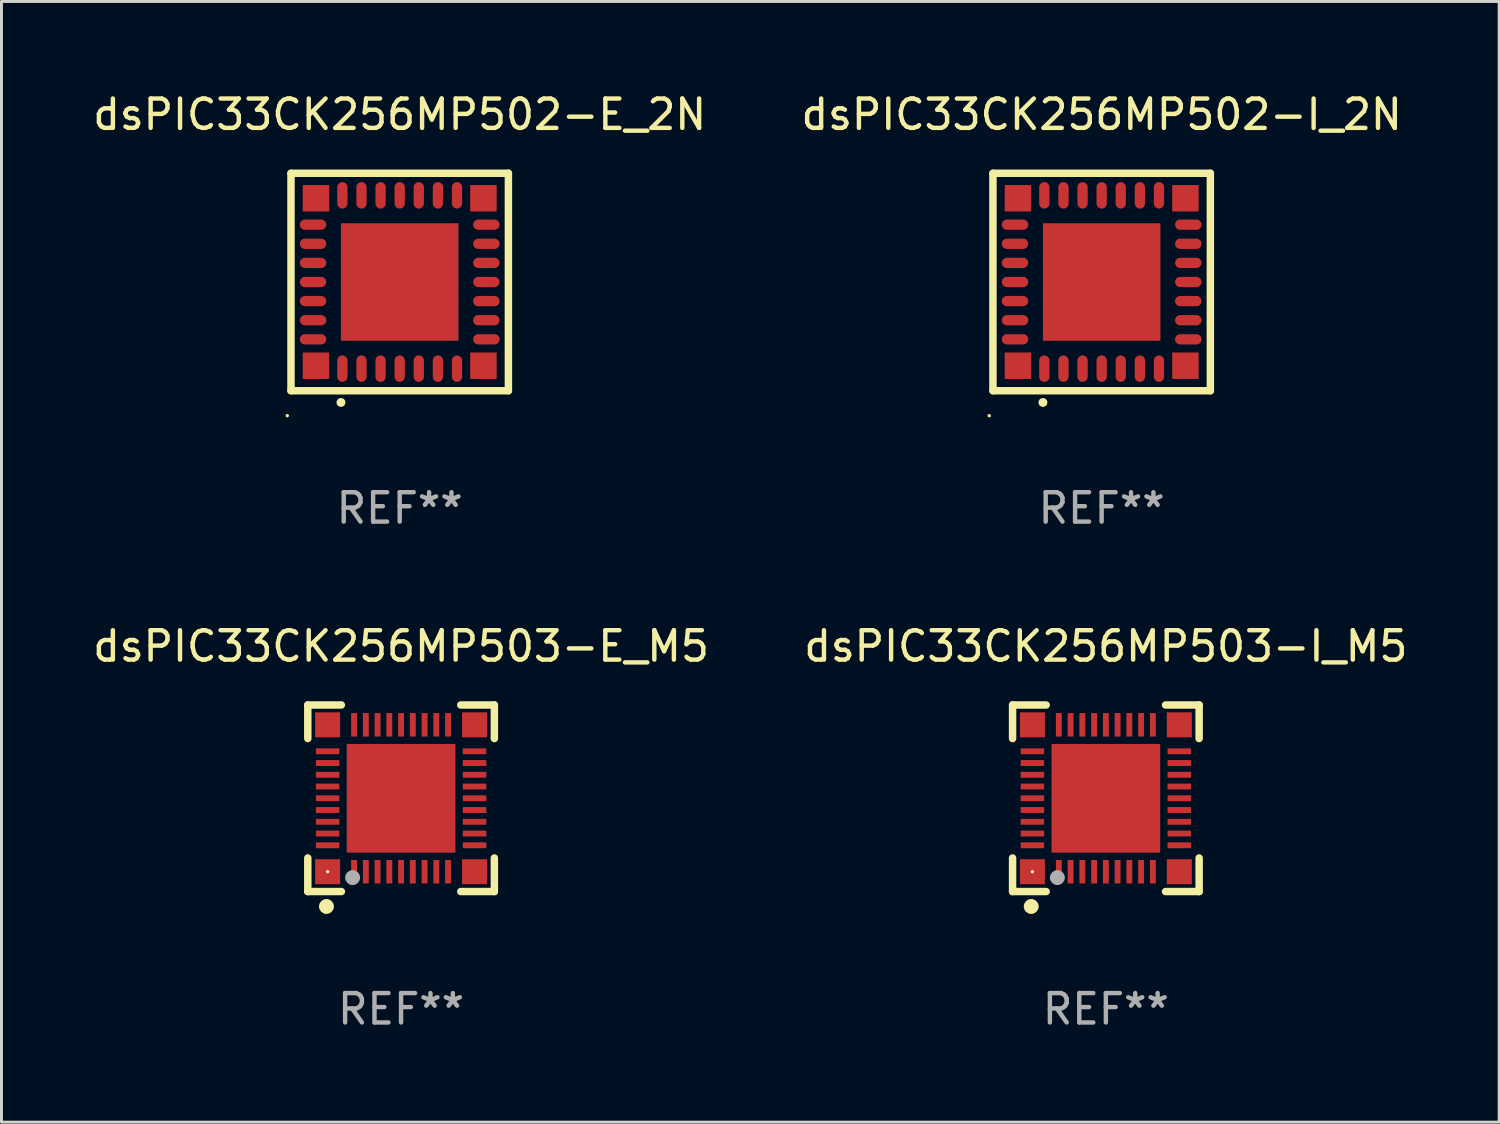
<source format=kicad_pcb>
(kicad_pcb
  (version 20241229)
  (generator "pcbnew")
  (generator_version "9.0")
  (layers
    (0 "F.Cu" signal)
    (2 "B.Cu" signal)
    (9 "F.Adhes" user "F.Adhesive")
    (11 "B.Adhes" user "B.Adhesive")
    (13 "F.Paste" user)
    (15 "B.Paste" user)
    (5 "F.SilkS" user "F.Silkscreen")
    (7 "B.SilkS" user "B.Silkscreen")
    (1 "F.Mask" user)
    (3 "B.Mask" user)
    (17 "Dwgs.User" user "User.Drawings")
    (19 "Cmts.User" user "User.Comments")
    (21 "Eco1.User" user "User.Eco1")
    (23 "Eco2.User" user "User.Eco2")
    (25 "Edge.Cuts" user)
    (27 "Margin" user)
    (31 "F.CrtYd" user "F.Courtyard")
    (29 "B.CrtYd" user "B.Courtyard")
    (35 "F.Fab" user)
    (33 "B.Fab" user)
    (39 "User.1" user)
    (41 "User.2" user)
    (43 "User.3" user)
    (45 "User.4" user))
  (footprint "dsPIC33CK256MP502-E_2N"
    (layer "F.Cu")
    (at 10.554 6.548)
    (property "Reference" "dsPIC33CK256MP502-E_2N" (at 0 -5.7 0) (layer "F.SilkS") (effects (font (size 1 1) (thickness 0.15))))
    (attr through_hole)
    (fp_line (start -3.7 -3.7) (end 3.7 -3.7) (stroke (width 0.254) (type solid)) (layer "F.SilkS"))
    (fp_line (start -3.7 3.7) (end -3.7 -3.7) (stroke (width 0.254) (type solid)) (layer "F.SilkS"))
    (fp_line (start 3.7 -3.7) (end 3.7 3.7) (stroke (width 0.254) (type solid)) (layer "F.SilkS"))
    (fp_line (start 3.7 3.7) (end -3.7 3.7) (stroke (width 0.254) (type solid)) (layer "F.SilkS"))
    (fp_arc (start -2 4.1) (mid -1.99873 4.099995) (end -1.99746 4.1) (stroke (width 0.3) (type solid)) (layer "F.SilkS"))
    (fp_circle (center -3.827 4.55) (end -3.797 4.55) (stroke (width 0.06) (type solid)) (fill no) (layer "F.SilkS"))
    (fp_text user "REF**" (at 0 7.7 0) (layer "F.Fab") (effects (font (size 1 1) (thickness 0.15))))
    (pad "1" smd oval (at -1.951 2.949 180) (size 0.35 0.9) (layers "F.Cu" "F.Mask" "F.Paste"))
    (pad "2" smd oval (at -1.3 2.949 180) (size 0.35 0.9) (layers "F.Cu" "F.Mask" "F.Paste"))
    (pad "3" smd oval (at -0.65 2.949 180) (size 0.35 0.9) (layers "F.Cu" "F.Mask" "F.Paste"))
    (pad "4" smd oval (at 0.000051 2.949 180) (size 0.35 0.9) (layers "F.Cu" "F.Mask" "F.Paste"))
    (pad "5" smd oval (at 0.65 2.949 180) (size 0.35 0.9) (layers "F.Cu" "F.Mask" "F.Paste"))
    (pad "6" smd oval (at 1.301 2.949 180) (size 0.35 0.9) (layers "F.Cu" "F.Mask" "F.Paste"))
    (pad "7" smd oval (at 1.951 2.949 180) (size 0.35 0.9) (layers "F.Cu" "F.Mask" "F.Paste"))
    (pad "8" smd oval (at 2.949 1.951 90) (size 0.35 0.9) (layers "F.Cu" "F.Mask" "F.Paste"))
    (pad "9" smd oval (at 2.949 1.301 90) (size 0.35 0.9) (layers "F.Cu" "F.Mask" "F.Paste"))
    (pad "10" smd oval (at 2.949 0.65 90) (size 0.35 0.9) (layers "F.Cu" "F.Mask" "F.Paste"))
    (pad "11" smd oval (at 2.949 0.000051 90) (size 0.35 0.9) (layers "F.Cu" "F.Mask" "F.Paste"))
    (pad "12" smd oval (at 2.949 -0.65 90) (size 0.35 0.9) (layers "F.Cu" "F.Mask" "F.Paste"))
    (pad "13" smd oval (at 2.949 -1.3 90) (size 0.35 0.9) (layers "F.Cu" "F.Mask" "F.Paste"))
    (pad "14" smd oval (at 2.949 -1.951 90) (size 0.35 0.9) (layers "F.Cu" "F.Mask" "F.Paste"))
    (pad "15" smd oval (at 1.951 -2.949 180) (size 0.35 0.9) (layers "F.Cu" "F.Mask" "F.Paste"))
    (pad "16" smd oval (at 1.301 -2.949 180) (size 0.35 0.9) (layers "F.Cu" "F.Mask" "F.Paste"))
    (pad "17" smd oval (at 0.65 -2.949 180) (size 0.35 0.9) (layers "F.Cu" "F.Mask" "F.Paste"))
    (pad "18" smd oval (at 0.000051 -2.949 180) (size 0.35 0.9) (layers "F.Cu" "F.Mask" "F.Paste"))
    (pad "19" smd oval (at -0.65 -2.949 180) (size 0.35 0.9) (layers "F.Cu" "F.Mask" "F.Paste"))
    (pad "20" smd oval (at -1.3 -2.949 180) (size 0.35 0.9) (layers "F.Cu" "F.Mask" "F.Paste"))
    (pad "21" smd oval (at -1.951 -2.949 180) (size 0.35 0.9) (layers "F.Cu" "F.Mask" "F.Paste"))
    (pad "22" smd oval (at -2.949 -1.951 90) (size 0.35 0.9) (layers "F.Cu" "F.Mask" "F.Paste"))
    (pad "23" smd oval (at -2.949 -1.3 90) (size 0.35 0.9) (layers "F.Cu" "F.Mask" "F.Paste"))
    (pad "24" smd oval (at -2.949 -0.65 90) (size 0.35 0.9) (layers "F.Cu" "F.Mask" "F.Paste"))
    (pad "25" smd oval (at -2.949 0.000051 90) (size 0.35 0.9) (layers "F.Cu" "F.Mask" "F.Paste"))
    (pad "26" smd oval (at -2.949 0.65 90) (size 0.35 0.9) (layers "F.Cu" "F.Mask" "F.Paste"))
    (pad "27" smd oval (at -2.949 1.301 90) (size 0.35 0.9) (layers "F.Cu" "F.Mask" "F.Paste"))
    (pad "28" smd oval (at -2.949 1.951 90) (size 0.35 0.9) (layers "F.Cu" "F.Mask" "F.Paste"))
    (pad "29" smd rect (at -2.85 -2.85 90) (size 0.9 0.9) (layers "F.Cu" "F.Mask" "F.Paste"))
    (pad "29" smd rect (at -2.85 2.85 90) (size 0.9 0.9) (layers "F.Cu" "F.Mask" "F.Paste"))
    (pad "29" smd rect (at 0.000051 0.000051 90) (size 4 4) (layers "F.Cu" "F.Mask" "F.Paste"))
    (pad "29" smd rect (at 2.85 -2.85 90) (size 0.9 0.9) (layers "F.Cu" "F.Mask" "F.Paste"))
    (pad "29" smd rect (at 2.85 2.85 90) (size 0.9 0.9) (layers "F.Cu" "F.Mask" "F.Paste")))
  (footprint "dsPIC33CK256MP502-I_2N"
    (layer "F.Cu")
    (at 34.446 6.548)
    (property "Reference" "dsPIC33CK256MP502-I_2N" (at 0 -5.7 0) (layer "F.SilkS") (effects (font (size 1 1) (thickness 0.15))))
    (attr through_hole)
    (fp_line (start -3.7 -3.7) (end 3.7 -3.7) (stroke (width 0.254) (type solid)) (layer "F.SilkS"))
    (fp_line (start -3.7 3.7) (end -3.7 -3.7) (stroke (width 0.254) (type solid)) (layer "F.SilkS"))
    (fp_line (start 3.7 -3.7) (end 3.7 3.7) (stroke (width 0.254) (type solid)) (layer "F.SilkS"))
    (fp_line (start 3.7 3.7) (end -3.7 3.7) (stroke (width 0.254) (type solid)) (layer "F.SilkS"))
    (fp_arc (start -2 4.1) (mid -1.99873 4.099995) (end -1.99746 4.1) (stroke (width 0.3) (type solid)) (layer "F.SilkS"))
    (fp_circle (center -3.827 4.55) (end -3.797 4.55) (stroke (width 0.06) (type solid)) (fill no) (layer "F.SilkS"))
    (fp_text user "REF**" (at 0 7.7 0) (layer "F.Fab") (effects (font (size 1 1) (thickness 0.15))))
    (pad "1" smd oval (at -1.951 2.949 180) (size 0.35 0.9) (layers "F.Cu" "F.Mask" "F.Paste"))
    (pad "2" smd oval (at -1.3 2.949 180) (size 0.35 0.9) (layers "F.Cu" "F.Mask" "F.Paste"))
    (pad "3" smd oval (at -0.65 2.949 180) (size 0.35 0.9) (layers "F.Cu" "F.Mask" "F.Paste"))
    (pad "4" smd oval (at 0.000051 2.949 180) (size 0.35 0.9) (layers "F.Cu" "F.Mask" "F.Paste"))
    (pad "5" smd oval (at 0.65 2.949 180) (size 0.35 0.9) (layers "F.Cu" "F.Mask" "F.Paste"))
    (pad "6" smd oval (at 1.301 2.949 180) (size 0.35 0.9) (layers "F.Cu" "F.Mask" "F.Paste"))
    (pad "7" smd oval (at 1.951 2.949 180) (size 0.35 0.9) (layers "F.Cu" "F.Mask" "F.Paste"))
    (pad "8" smd oval (at 2.949 1.951 90) (size 0.35 0.9) (layers "F.Cu" "F.Mask" "F.Paste"))
    (pad "9" smd oval (at 2.949 1.301 90) (size 0.35 0.9) (layers "F.Cu" "F.Mask" "F.Paste"))
    (pad "10" smd oval (at 2.949 0.65 90) (size 0.35 0.9) (layers "F.Cu" "F.Mask" "F.Paste"))
    (pad "11" smd oval (at 2.949 0.000051 90) (size 0.35 0.9) (layers "F.Cu" "F.Mask" "F.Paste"))
    (pad "12" smd oval (at 2.949 -0.65 90) (size 0.35 0.9) (layers "F.Cu" "F.Mask" "F.Paste"))
    (pad "13" smd oval (at 2.949 -1.3 90) (size 0.35 0.9) (layers "F.Cu" "F.Mask" "F.Paste"))
    (pad "14" smd oval (at 2.949 -1.951 90) (size 0.35 0.9) (layers "F.Cu" "F.Mask" "F.Paste"))
    (pad "15" smd oval (at 1.951 -2.949 180) (size 0.35 0.9) (layers "F.Cu" "F.Mask" "F.Paste"))
    (pad "16" smd oval (at 1.301 -2.949 180) (size 0.35 0.9) (layers "F.Cu" "F.Mask" "F.Paste"))
    (pad "17" smd oval (at 0.65 -2.949 180) (size 0.35 0.9) (layers "F.Cu" "F.Mask" "F.Paste"))
    (pad "18" smd oval (at 0.000051 -2.949 180) (size 0.35 0.9) (layers "F.Cu" "F.Mask" "F.Paste"))
    (pad "19" smd oval (at -0.65 -2.949 180) (size 0.35 0.9) (layers "F.Cu" "F.Mask" "F.Paste"))
    (pad "20" smd oval (at -1.3 -2.949 180) (size 0.35 0.9) (layers "F.Cu" "F.Mask" "F.Paste"))
    (pad "21" smd oval (at -1.951 -2.949 180) (size 0.35 0.9) (layers "F.Cu" "F.Mask" "F.Paste"))
    (pad "22" smd oval (at -2.949 -1.951 90) (size 0.35 0.9) (layers "F.Cu" "F.Mask" "F.Paste"))
    (pad "23" smd oval (at -2.949 -1.3 90) (size 0.35 0.9) (layers "F.Cu" "F.Mask" "F.Paste"))
    (pad "24" smd oval (at -2.949 -0.65 90) (size 0.35 0.9) (layers "F.Cu" "F.Mask" "F.Paste"))
    (pad "25" smd oval (at -2.949 0.000051 90) (size 0.35 0.9) (layers "F.Cu" "F.Mask" "F.Paste"))
    (pad "26" smd oval (at -2.949 0.65 90) (size 0.35 0.9) (layers "F.Cu" "F.Mask" "F.Paste"))
    (pad "27" smd oval (at -2.949 1.301 90) (size 0.35 0.9) (layers "F.Cu" "F.Mask" "F.Paste"))
    (pad "28" smd oval (at -2.949 1.951 90) (size 0.35 0.9) (layers "F.Cu" "F.Mask" "F.Paste"))
    (pad "29" smd rect (at -2.85 -2.85 90) (size 0.9 0.9) (layers "F.Cu" "F.Mask" "F.Paste"))
    (pad "29" smd rect (at -2.85 2.85 90) (size 0.9 0.9) (layers "F.Cu" "F.Mask" "F.Paste"))
    (pad "29" smd rect (at 0.000051 0.000051 90) (size 4 4) (layers "F.Cu" "F.Mask" "F.Paste"))
    (pad "29" smd rect (at 2.85 -2.85 90) (size 0.9 0.9) (layers "F.Cu" "F.Mask" "F.Paste"))
    (pad "29" smd rect (at 2.85 2.85 90) (size 0.9 0.9) (layers "F.Cu" "F.Mask" "F.Paste")))
  (footprint "dsPIC33CK256MP503-I_M5"
    (layer "F.Cu")
    (at 34.589 24.12)
    (property "Reference" "dsPIC33CK256MP503-I_M5" (at 0 -5.175 0) (layer "F.SilkS") (effects (font (size 1 1) (thickness 0.15))))
    (attr through_hole)
    (fp_line (start -3.175 -3.175) (end -2.032 -3.175) (stroke (width 0.254) (type solid)) (layer "F.SilkS"))
    (fp_line (start -3.175 -2.032) (end -3.175 -3.175) (stroke (width 0.254) (type solid)) (layer "F.SilkS"))
    (fp_line (start -3.175 3.175) (end -3.175 2.032) (stroke (width 0.254) (type solid)) (layer "F.SilkS"))
    (fp_line (start -2.032 3.175) (end -3.175 3.175) (stroke (width 0.254) (type solid)) (layer "F.SilkS"))
    (fp_line (start 2.032 -3.175) (end 3.175 -3.175) (stroke (width 0.254) (type solid)) (layer "F.SilkS"))
    (fp_line (start 3.175 -3.175) (end 3.175 -2.032) (stroke (width 0.254) (type solid)) (layer "F.SilkS"))
    (fp_line (start 3.175 2.032) (end 3.175 3.175) (stroke (width 0.254) (type solid)) (layer "F.SilkS"))
    (fp_line (start 3.175 3.175) (end 2.032 3.175) (stroke (width 0.254) (type solid)) (layer "F.SilkS"))
    (fp_circle (center -2.54 3.683) (end -2.413 3.683) (stroke (width 0.254) (type solid)) (fill no) (layer "F.SilkS"))
    (fp_circle (center -2.5 2.5) (end -2.47 2.5) (stroke (width 0.06) (type solid)) (fill no) (layer "F.SilkS"))
    (fp_circle (center -1.65 2.7) (end -1.523 2.7) (stroke (width 0.254) (type solid)) (fill no) (layer "F.Fab"))
    (fp_text user "REF**" (at 0 7.175 0) (layer "F.Fab") (effects (font (size 1 1) (thickness 0.15))))
    (pad "1" smd rect (at -1.6 2.5) (size 0.2 0.8) (layers "F.Cu" "F.Mask" "F.Paste"))
    (pad "2" smd rect (at -1.2 2.5) (size 0.2 0.8) (layers "F.Cu" "F.Mask" "F.Paste"))
    (pad "3" smd rect (at -0.8 2.5) (size 0.2 0.8) (layers "F.Cu" "F.Mask" "F.Paste"))
    (pad "4" smd rect (at -0.4 2.5) (size 0.2 0.8) (layers "F.Cu" "F.Mask" "F.Paste"))
    (pad "5" smd rect (at -0.000051 2.5) (size 0.2 0.8) (layers "F.Cu" "F.Mask" "F.Paste"))
    (pad "6" smd rect (at 0.4 2.5) (size 0.2 0.8) (layers "F.Cu" "F.Mask" "F.Paste"))
    (pad "7" smd rect (at 0.8 2.5) (size 0.2 0.8) (layers "F.Cu" "F.Mask" "F.Paste"))
    (pad "8" smd rect (at 1.2 2.5) (size 0.2 0.8) (layers "F.Cu" "F.Mask" "F.Paste"))
    (pad "9" smd rect (at 1.6 2.5) (size 0.2 0.8) (layers "F.Cu" "F.Mask" "F.Paste"))
    (pad "10" smd rect (at 2.5 1.6 90) (size 0.2 0.8) (layers "F.Cu" "F.Mask" "F.Paste"))
    (pad "11" smd rect (at 2.5 1.2 90) (size 0.2 0.8) (layers "F.Cu" "F.Mask" "F.Paste"))
    (pad "12" smd rect (at 2.5 0.8 90) (size 0.2 0.8) (layers "F.Cu" "F.Mask" "F.Paste"))
    (pad "13" smd rect (at 2.5 0.4 90) (size 0.2 0.8) (layers "F.Cu" "F.Mask" "F.Paste"))
    (pad "14" smd rect (at 2.5 -0.000051 90) (size 0.2 0.8) (layers "F.Cu" "F.Mask" "F.Paste"))
    (pad "15" smd rect (at 2.5 -0.4 90) (size 0.2 0.8) (layers "F.Cu" "F.Mask" "F.Paste"))
    (pad "16" smd rect (at 2.5 -0.8 90) (size 0.2 0.8) (layers "F.Cu" "F.Mask" "F.Paste"))
    (pad "17" smd rect (at 2.5 -1.2 90) (size 0.2 0.8) (layers "F.Cu" "F.Mask" "F.Paste"))
    (pad "18" smd rect (at 2.5 -1.6 90) (size 0.2 0.8) (layers "F.Cu" "F.Mask" "F.Paste"))
    (pad "19" smd rect (at 1.6 -2.5 180) (size 0.2 0.8) (layers "F.Cu" "F.Mask" "F.Paste"))
    (pad "20" smd rect (at 1.2 -2.5 180) (size 0.2 0.8) (layers "F.Cu" "F.Mask" "F.Paste"))
    (pad "21" smd rect (at 0.8 -2.5 180) (size 0.2 0.8) (layers "F.Cu" "F.Mask" "F.Paste"))
    (pad "22" smd rect (at 0.4 -2.5 180) (size 0.2 0.8) (layers "F.Cu" "F.Mask" "F.Paste"))
    (pad "23" smd rect (at -0.000051 -2.5 180) (size 0.2 0.8) (layers "F.Cu" "F.Mask" "F.Paste"))
    (pad "24" smd rect (at -0.4 -2.5 180) (size 0.2 0.8) (layers "F.Cu" "F.Mask" "F.Paste"))
    (pad "25" smd rect (at -0.8 -2.5 180) (size 0.2 0.8) (layers "F.Cu" "F.Mask" "F.Paste"))
    (pad "26" smd rect (at -1.2 -2.5 180) (size 0.2 0.8) (layers "F.Cu" "F.Mask" "F.Paste"))
    (pad "27" smd rect (at -1.6 -2.5 180) (size 0.2 0.8) (layers "F.Cu" "F.Mask" "F.Paste"))
    (pad "28" smd rect (at -2.5 -1.6 270) (size 0.2 0.8) (layers "F.Cu" "F.Mask" "F.Paste"))
    (pad "29" smd rect (at -2.5 -1.2 270) (size 0.2 0.8) (layers "F.Cu" "F.Mask" "F.Paste"))
    (pad "30" smd rect (at -2.5 -0.8 270) (size 0.2 0.8) (layers "F.Cu" "F.Mask" "F.Paste"))
    (pad "31" smd rect (at -2.5 -0.4 270) (size 0.2 0.8) (layers "F.Cu" "F.Mask" "F.Paste"))
    (pad "32" smd rect (at -2.5 -0.000051 270) (size 0.2 0.8) (layers "F.Cu" "F.Mask" "F.Paste"))
    (pad "33" smd rect (at -2.5 0.4 270) (size 0.2 0.8) (layers "F.Cu" "F.Mask" "F.Paste"))
    (pad "34" smd rect (at -2.5 0.8 270) (size 0.2 0.8) (layers "F.Cu" "F.Mask" "F.Paste"))
    (pad "35" smd rect (at -2.5 1.2 270) (size 0.2 0.8) (layers "F.Cu" "F.Mask" "F.Paste"))
    (pad "36" smd rect (at -2.5 1.6 270) (size 0.2 0.8) (layers "F.Cu" "F.Mask" "F.Paste"))
    (pad "37" smd rect (at -2.5 -2.5) (size 0.85 0.85) (layers "F.Cu" "F.Mask" "F.Paste"))
    (pad "37" smd rect (at -2.5 2.5) (size 0.85 0.85) (layers "F.Cu" "F.Mask" "F.Paste"))
    (pad "37" smd rect (at -0.000051 -0.000051) (size 3.7 3.7) (layers "F.Cu" "F.Mask" "F.Paste"))
    (pad "37" smd rect (at 2.5 -2.5) (size 0.85 0.85) (layers "F.Cu" "F.Mask" "F.Paste"))
    (pad "37" smd rect (at 2.5 2.5) (size 0.85 0.85) (layers "F.Cu" "F.Mask" "F.Paste")))
  (footprint "dsPIC33CK256MP503-E_M5"
    (layer "F.Cu")
    (at 10.601 24.12)
    (property "Reference" "dsPIC33CK256MP503-E_M5" (at 0 -5.175 0) (layer "F.SilkS") (effects (font (size 1 1) (thickness 0.15))))
    (attr through_hole)
    (fp_line (start -3.175 -3.175) (end -2.032 -3.175) (stroke (width 0.254) (type solid)) (layer "F.SilkS"))
    (fp_line (start -3.175 -2.032) (end -3.175 -3.175) (stroke (width 0.254) (type solid)) (layer "F.SilkS"))
    (fp_line (start -3.175 3.175) (end -3.175 2.032) (stroke (width 0.254) (type solid)) (layer "F.SilkS"))
    (fp_line (start -2.032 3.175) (end -3.175 3.175) (stroke (width 0.254) (type solid)) (layer "F.SilkS"))
    (fp_line (start 2.032 -3.175) (end 3.175 -3.175) (stroke (width 0.254) (type solid)) (layer "F.SilkS"))
    (fp_line (start 3.175 -3.175) (end 3.175 -2.032) (stroke (width 0.254) (type solid)) (layer "F.SilkS"))
    (fp_line (start 3.175 2.032) (end 3.175 3.175) (stroke (width 0.254) (type solid)) (layer "F.SilkS"))
    (fp_line (start 3.175 3.175) (end 2.032 3.175) (stroke (width 0.254) (type solid)) (layer "F.SilkS"))
    (fp_circle (center -2.54 3.683) (end -2.413 3.683) (stroke (width 0.254) (type solid)) (fill no) (layer "F.SilkS"))
    (fp_circle (center -2.5 2.5) (end -2.47 2.5) (stroke (width 0.06) (type solid)) (fill no) (layer "F.SilkS"))
    (fp_circle (center -1.65 2.7) (end -1.523 2.7) (stroke (width 0.254) (type solid)) (fill no) (layer "F.Fab"))
    (fp_text user "REF**" (at 0 7.175 0) (layer "F.Fab") (effects (font (size 1 1) (thickness 0.15))))
    (pad "1" smd rect (at -1.6 2.5) (size 0.2 0.8) (layers "F.Cu" "F.Mask" "F.Paste"))
    (pad "2" smd rect (at -1.2 2.5) (size 0.2 0.8) (layers "F.Cu" "F.Mask" "F.Paste"))
    (pad "3" smd rect (at -0.8 2.5) (size 0.2 0.8) (layers "F.Cu" "F.Mask" "F.Paste"))
    (pad "4" smd rect (at -0.4 2.5) (size 0.2 0.8) (layers "F.Cu" "F.Mask" "F.Paste"))
    (pad "5" smd rect (at -0.000051 2.5) (size 0.2 0.8) (layers "F.Cu" "F.Mask" "F.Paste"))
    (pad "6" smd rect (at 0.4 2.5) (size 0.2 0.8) (layers "F.Cu" "F.Mask" "F.Paste"))
    (pad "7" smd rect (at 0.8 2.5) (size 0.2 0.8) (layers "F.Cu" "F.Mask" "F.Paste"))
    (pad "8" smd rect (at 1.2 2.5) (size 0.2 0.8) (layers "F.Cu" "F.Mask" "F.Paste"))
    (pad "9" smd rect (at 1.6 2.5) (size 0.2 0.8) (layers "F.Cu" "F.Mask" "F.Paste"))
    (pad "10" smd rect (at 2.5 1.6 90) (size 0.2 0.8) (layers "F.Cu" "F.Mask" "F.Paste"))
    (pad "11" smd rect (at 2.5 1.2 90) (size 0.2 0.8) (layers "F.Cu" "F.Mask" "F.Paste"))
    (pad "12" smd rect (at 2.5 0.8 90) (size 0.2 0.8) (layers "F.Cu" "F.Mask" "F.Paste"))
    (pad "13" smd rect (at 2.5 0.4 90) (size 0.2 0.8) (layers "F.Cu" "F.Mask" "F.Paste"))
    (pad "14" smd rect (at 2.5 -0.000051 90) (size 0.2 0.8) (layers "F.Cu" "F.Mask" "F.Paste"))
    (pad "15" smd rect (at 2.5 -0.4 90) (size 0.2 0.8) (layers "F.Cu" "F.Mask" "F.Paste"))
    (pad "16" smd rect (at 2.5 -0.8 90) (size 0.2 0.8) (layers "F.Cu" "F.Mask" "F.Paste"))
    (pad "17" smd rect (at 2.5 -1.2 90) (size 0.2 0.8) (layers "F.Cu" "F.Mask" "F.Paste"))
    (pad "18" smd rect (at 2.5 -1.6 90) (size 0.2 0.8) (layers "F.Cu" "F.Mask" "F.Paste"))
    (pad "19" smd rect (at 1.6 -2.5 180) (size 0.2 0.8) (layers "F.Cu" "F.Mask" "F.Paste"))
    (pad "20" smd rect (at 1.2 -2.5 180) (size 0.2 0.8) (layers "F.Cu" "F.Mask" "F.Paste"))
    (pad "21" smd rect (at 0.8 -2.5 180) (size 0.2 0.8) (layers "F.Cu" "F.Mask" "F.Paste"))
    (pad "22" smd rect (at 0.4 -2.5 180) (size 0.2 0.8) (layers "F.Cu" "F.Mask" "F.Paste"))
    (pad "23" smd rect (at -0.000051 -2.5 180) (size 0.2 0.8) (layers "F.Cu" "F.Mask" "F.Paste"))
    (pad "24" smd rect (at -0.4 -2.5 180) (size 0.2 0.8) (layers "F.Cu" "F.Mask" "F.Paste"))
    (pad "25" smd rect (at -0.8 -2.5 180) (size 0.2 0.8) (layers "F.Cu" "F.Mask" "F.Paste"))
    (pad "26" smd rect (at -1.2 -2.5 180) (size 0.2 0.8) (layers "F.Cu" "F.Mask" "F.Paste"))
    (pad "27" smd rect (at -1.6 -2.5 180) (size 0.2 0.8) (layers "F.Cu" "F.Mask" "F.Paste"))
    (pad "28" smd rect (at -2.5 -1.6 270) (size 0.2 0.8) (layers "F.Cu" "F.Mask" "F.Paste"))
    (pad "29" smd rect (at -2.5 -1.2 270) (size 0.2 0.8) (layers "F.Cu" "F.Mask" "F.Paste"))
    (pad "30" smd rect (at -2.5 -0.8 270) (size 0.2 0.8) (layers "F.Cu" "F.Mask" "F.Paste"))
    (pad "31" smd rect (at -2.5 -0.4 270) (size 0.2 0.8) (layers "F.Cu" "F.Mask" "F.Paste"))
    (pad "32" smd rect (at -2.5 -0.000051 270) (size 0.2 0.8) (layers "F.Cu" "F.Mask" "F.Paste"))
    (pad "33" smd rect (at -2.5 0.4 270) (size 0.2 0.8) (layers "F.Cu" "F.Mask" "F.Paste"))
    (pad "34" smd rect (at -2.5 0.8 270) (size 0.2 0.8) (layers "F.Cu" "F.Mask" "F.Paste"))
    (pad "35" smd rect (at -2.5 1.2 270) (size 0.2 0.8) (layers "F.Cu" "F.Mask" "F.Paste"))
    (pad "36" smd rect (at -2.5 1.6 270) (size 0.2 0.8) (layers "F.Cu" "F.Mask" "F.Paste"))
    (pad "37" smd rect (at -2.5 -2.5) (size 0.85 0.85) (layers "F.Cu" "F.Mask" "F.Paste"))
    (pad "37" smd rect (at -2.5 2.5) (size 0.85 0.85) (layers "F.Cu" "F.Mask" "F.Paste"))
    (pad "37" smd rect (at -0.000051 -0.000051) (size 3.7 3.7) (layers "F.Cu" "F.Mask" "F.Paste"))
    (pad "37" smd rect (at 2.5 -2.5) (size 0.85 0.85) (layers "F.Cu" "F.Mask" "F.Paste"))
    (pad "37" smd rect (at 2.5 2.5) (size 0.85 0.85) (layers "F.Cu" "F.Mask" "F.Paste")))
  (gr_rect
    (start -3 -3)
    (end 47.976 35.143)
    (stroke (width 0.1) (type default))
    (fill no)
    (layer "Edge.Cuts")))
</source>
